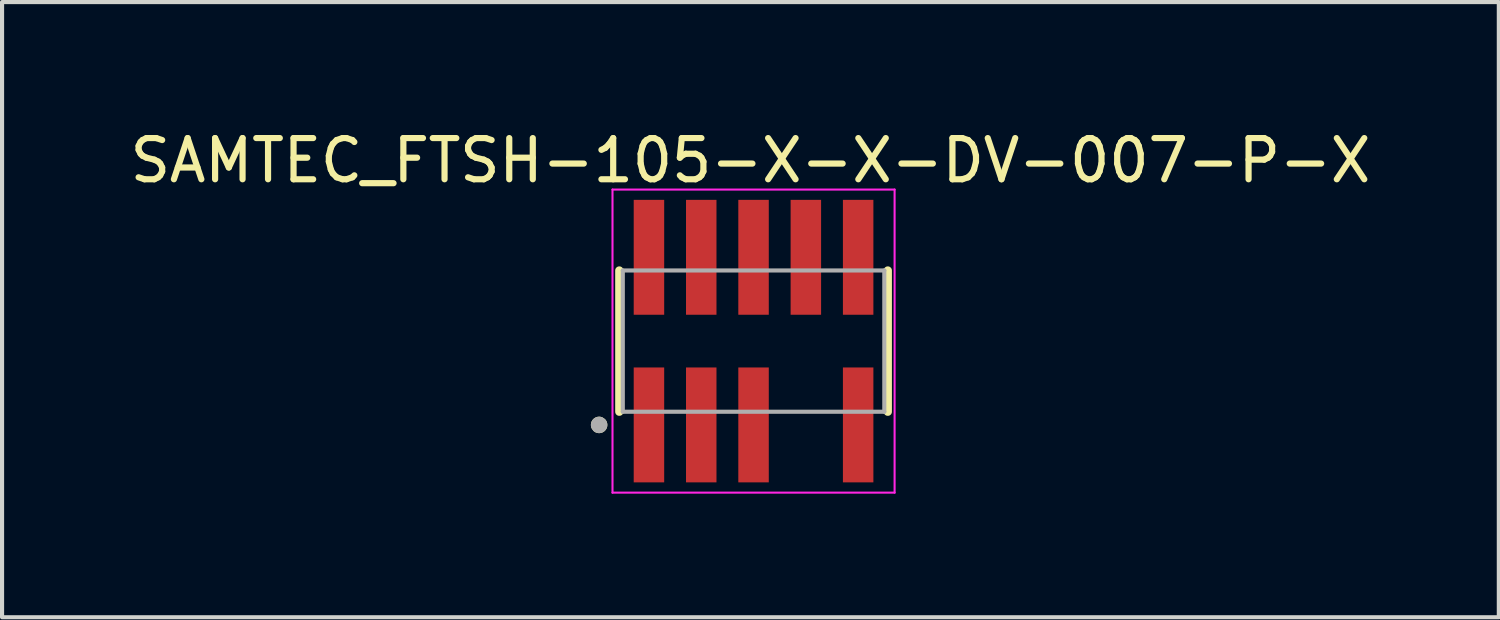
<source format=kicad_pcb>
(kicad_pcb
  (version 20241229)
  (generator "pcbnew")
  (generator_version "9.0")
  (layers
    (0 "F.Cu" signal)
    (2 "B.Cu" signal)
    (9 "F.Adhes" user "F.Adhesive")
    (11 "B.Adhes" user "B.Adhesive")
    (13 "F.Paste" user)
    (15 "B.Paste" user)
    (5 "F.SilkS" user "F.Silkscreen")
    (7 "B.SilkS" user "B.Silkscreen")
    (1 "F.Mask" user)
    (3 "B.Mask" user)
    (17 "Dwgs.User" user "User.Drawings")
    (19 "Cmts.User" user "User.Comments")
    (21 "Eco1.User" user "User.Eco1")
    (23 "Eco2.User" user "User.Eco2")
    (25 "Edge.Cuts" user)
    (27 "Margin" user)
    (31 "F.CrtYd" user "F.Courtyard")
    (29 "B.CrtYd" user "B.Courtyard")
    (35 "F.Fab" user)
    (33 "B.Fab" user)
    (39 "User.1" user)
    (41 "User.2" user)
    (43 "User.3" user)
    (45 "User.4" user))
  (footprint "SAMTEC_FTSH-105-X-X-DV-007-P-X"
    (layer "F.Cu")
    (at 15.248 5.233)
    (property "Reference" "SAMTEC_FTSH-105-X-X-DV-007-P-X" (at -0.075 -4.385 0) (layer "F.SilkS") (effects (font (size 1 1) (thickness 0.15))))
    (attr smd)
    (fp_line (start -3.26 1.715) (end -3.26 -1.715) (stroke (width 0.2) (type solid)) (layer "F.SilkS"))
    (fp_line (start 3.26 -1.715) (end 3.26 1.715) (stroke (width 0.2) (type solid)) (layer "F.SilkS"))
    (fp_circle (center -3.75 2.035) (end -3.65 2.035) (stroke (width 0.2) (type solid)) (fill no) (layer "F.SilkS"))
    (fp_line (start -3.425 -3.68) (end 3.425 -3.68) (stroke (width 0.05) (type solid)) (layer "F.CrtYd"))
    (fp_line (start -3.425 3.68) (end -3.425 -3.68) (stroke (width 0.05) (type solid)) (layer "F.CrtYd"))
    (fp_line (start 3.425 -3.68) (end 3.425 3.68) (stroke (width 0.05) (type solid)) (layer "F.CrtYd"))
    (fp_line (start 3.425 3.68) (end -3.425 3.68) (stroke (width 0.05) (type solid)) (layer "F.CrtYd"))
    (fp_line (start -3.175 -1.715) (end 3.175 -1.715) (stroke (width 0.1) (type solid)) (layer "F.Fab"))
    (fp_line (start -3.175 1.715) (end -3.175 -1.715) (stroke (width 0.1) (type solid)) (layer "F.Fab"))
    (fp_line (start 3.175 -1.715) (end 3.175 1.715) (stroke (width 0.1) (type solid)) (layer "F.Fab"))
    (fp_line (start 3.175 1.715) (end -3.175 1.715) (stroke (width 0.1) (type solid)) (layer "F.Fab"))
    (fp_circle (center -3.75 2.035) (end -3.65 2.035) (stroke (width 0.2) (type solid)) (fill no) (layer "F.Fab"))
    (pad "01" smd rect (at -2.54 2.035) (size 0.74 2.79) (layers "F.Cu" "F.Mask" "F.Paste"))
    (pad "02" smd rect (at -2.54 -2.035) (size 0.74 2.79) (layers "F.Cu" "F.Mask" "F.Paste"))
    (pad "03" smd rect (at -1.27 2.035) (size 0.74 2.79) (layers "F.Cu" "F.Mask" "F.Paste"))
    (pad "04" smd rect (at -1.27 -2.035) (size 0.74 2.79) (layers "F.Cu" "F.Mask" "F.Paste"))
    (pad "05" smd rect (at 0 2.035) (size 0.74 2.79) (layers "F.Cu" "F.Mask" "F.Paste"))
    (pad "06" smd rect (at 0 -2.035) (size 0.74 2.79) (layers "F.Cu" "F.Mask" "F.Paste"))
    (pad "08" smd rect (at 1.27 -2.035) (size 0.74 2.79) (layers "F.Cu" "F.Mask" "F.Paste"))
    (pad "09" smd rect (at 2.54 2.035) (size 0.74 2.79) (layers "F.Cu" "F.Mask" "F.Paste"))
    (pad "10" smd rect (at 2.54 -2.035) (size 0.74 2.79) (layers "F.Cu" "F.Mask" "F.Paste")))
  (gr_rect
    (start -3 -3)
    (end 33.345 11.938)
    (stroke (width 0.1) (type default))
    (fill no)
    (layer "Edge.Cuts")))
</source>
